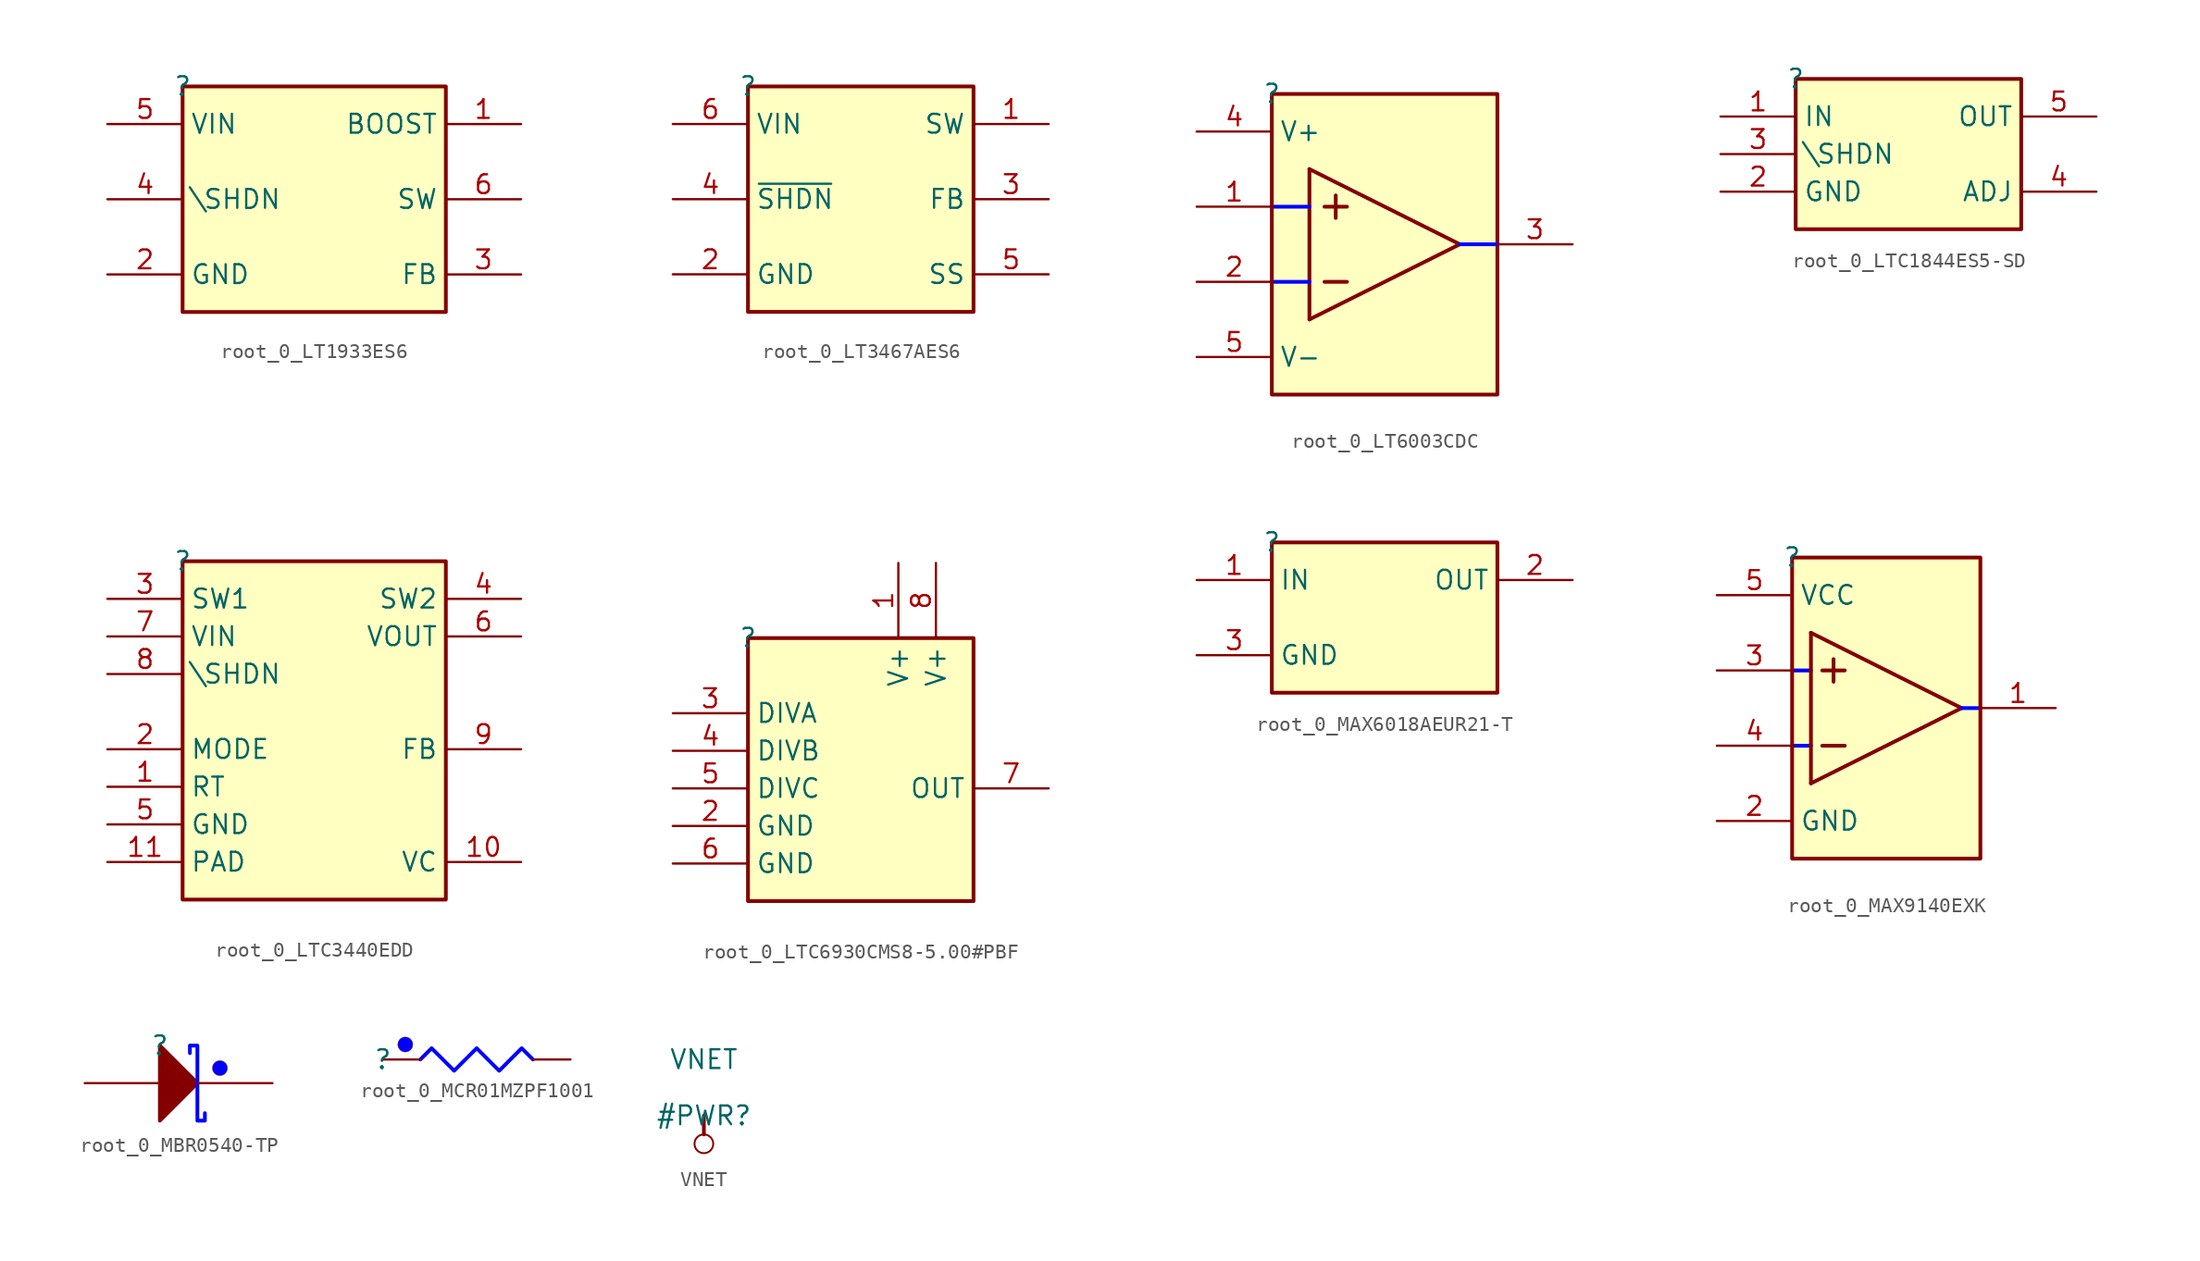
<source format=kicad_sym>
(kicad_symbol_lib
  (version 20231120)
  (generator "kicad_symbol_editor")
  (generator_version "8.0")
  (symbol "root_0_LT1933ES6"
    (property "Reference" ""
      (at 0 0 0)
      (effects (font (size 1.27 1.27))))
    (property "Value" ""
      (at 0 0 0)
      (effects (font (size 1.27 1.27))))
    (symbol "root_0_LT1933ES6_1_0"
      (rectangle (start 17.78 0) (end 0 -15.24) (stroke (width 0.254) (type solid)) (fill (type background)))
      (pin passive line (at 22.86 -2.54 180) (length 5.08) (name "BOOST" (effects (font (size 1.27 1.27)))) (number "1" (effects (font (size 1.27 1.27)))))
      (pin passive line (at -5.08 -12.7 0) (length 5.08) (name "GND" (effects (font (size 1.27 1.27)))) (number "2" (effects (font (size 1.27 1.27)))))
      (pin passive line (at 22.86 -12.7 180) (length 5.08) (name "FB" (effects (font (size 1.27 1.27)))) (number "3" (effects (font (size 1.27 1.27)))))
      (pin passive line (at -5.08 -7.62 0) (length 5.08) (name "\\SHDN" (effects (font (size 1.27 1.27)))) (number "4" (effects (font (size 1.27 1.27)))))
      (pin passive line (at -5.08 -2.54 0) (length 5.08) (name "VIN" (effects (font (size 1.27 1.27)))) (number "5" (effects (font (size 1.27 1.27)))))
      (pin passive line (at 22.86 -7.62 180) (length 5.08) (name "SW" (effects (font (size 1.27 1.27)))) (number "6" (effects (font (size 1.27 1.27)))))))
  (symbol "root_0_LT3467AES6"
    (property "Reference" ""
      (at 0 0 0)
      (effects (font (size 1.27 1.27))))
    (property "Value" ""
      (at 0 0 0)
      (effects (font (size 1.27 1.27))))
    (symbol "root_0_LT3467AES6_1_0"
      (rectangle (start 15.24 0) (end 0 -15.24) (stroke (width 0.254) (type solid)) (fill (type background)))
      (pin passive line (at 20.32 -2.54 180) (length 5.08) (name "SW" (effects (font (size 1.27 1.27)))) (number "1" (effects (font (size 1.27 1.27)))))
      (pin passive line (at -5.08 -12.7 0) (length 5.08) (name "GND" (effects (font (size 1.27 1.27)))) (number "2" (effects (font (size 1.27 1.27)))))
      (pin passive line (at 20.32 -7.62 180) (length 5.08) (name "FB" (effects (font (size 1.27 1.27)))) (number "3" (effects (font (size 1.27 1.27)))))
      (pin passive line (at -5.08 -7.62 0) (length 5.08) (name "~{SHDN}" (effects (font (size 1.27 1.27)))) (number "4" (effects (font (size 1.27 1.27)))))
      (pin passive line (at 20.32 -12.7 180) (length 5.08) (name "SS" (effects (font (size 1.27 1.27)))) (number "5" (effects (font (size 1.27 1.27)))))
      (pin passive line (at -5.08 -2.54 0) (length 5.08) (name "VIN" (effects (font (size 1.27 1.27)))) (number "6" (effects (font (size 1.27 1.27)))))))
  (symbol "root_0_LT6003CDC"
    (property "Reference" ""
      (at 0 0 0)
      (effects (font (size 1.27 1.27))))
    (property "Value" ""
      (at 0 0 0)
      (effects (font (size 1.27 1.27))))
    (symbol "root_0_LT6003CDC_1_0"
      (polyline (pts (xy 2.54 -15.24) (xy 12.7 -10.16)) (stroke (width 0.254) (type solid)) (fill (type none)))
      (polyline (pts (xy 2.54 -12.7) (xy 0 -12.7)) (stroke (width 0.254) (type solid) (color 0 0 255 1)) (fill (type none)))
      (polyline (pts (xy 2.54 -7.62) (xy 0 -7.62)) (stroke (width 0.254) (type solid) (color 0 0 255 1)) (fill (type none)))
      (polyline (pts (xy 2.54 -5.08) (xy 2.54 -15.24)) (stroke (width 0.254) (type solid)) (fill (type none)))
      (polyline (pts (xy 2.54 -5.08) (xy 12.7 -10.16)) (stroke (width 0.254) (type solid)) (fill (type none)))
      (polyline (pts (xy 3.556 -12.7) (xy 5.08 -12.7)) (stroke (width 0.254) (type solid)) (fill (type none)))
      (polyline (pts (xy 3.556 -7.62) (xy 5.08 -7.62)) (stroke (width 0.254) (type solid)) (fill (type none)))
      (polyline (pts (xy 4.318 -6.858) (xy 4.318 -8.382)) (stroke (width 0.254) (type solid)) (fill (type none)))
      (polyline (pts (xy 15.24 -10.16) (xy 12.7 -10.16)) (stroke (width 0.254) (type solid) (color 0 0 255 1)) (fill (type none)))
      (rectangle (start 15.24 0) (end 0 -20.32) (stroke (width 0.254) (type solid)) (fill (type background)))
      (pin passive line (at -5.08 -7.62 0) (length 5.08) (name "+IN" (effects (font (size 0 0)))) (number "1" (effects (font (size 1.27 1.27)))))
      (pin passive line (at -5.08 -12.7 0) (length 5.08) (name "-IN" (effects (font (size 0 0)))) (number "2" (effects (font (size 1.27 1.27)))))
      (pin passive line (at 20.32 -10.16 180) (length 5.08) (name "OUT_A" (effects (font (size 0 0)))) (number "3" (effects (font (size 1.27 1.27)))))
      (pin power_in line (at -5.08 -2.54 0) (length 5.08) (name "V+" (effects (font (size 1.27 1.27)))) (number "4" (effects (font (size 1.27 1.27)))))
      (pin power_in line (at -5.08 -17.78 0) (length 5.08) (name "V-" (effects (font (size 1.27 1.27)))) (number "5" (effects (font (size 1.27 1.27)))))))
  (symbol "root_0_LTC1844ES5-SD"
    (property "Reference" ""
      (at 0 0 0)
      (effects (font (size 1.27 1.27))))
    (property "Value" ""
      (at 0 0 0)
      (effects (font (size 1.27 1.27))))
    (symbol "root_0_LTC1844ES5-SD_1_0"
      (rectangle (start 15.24 0) (end 0 -10.16) (stroke (width 0.254) (type solid)) (fill (type background)))
      (pin passive line (at -5.08 -2.54 0) (length 5.08) (name "IN" (effects (font (size 1.27 1.27)))) (number "1" (effects (font (size 1.27 1.27)))))
      (pin passive line (at -5.08 -7.62 0) (length 5.08) (name "GND" (effects (font (size 1.27 1.27)))) (number "2" (effects (font (size 1.27 1.27)))))
      (pin passive line (at -5.08 -5.08 0) (length 5.08) (name "\\SHDN" (effects (font (size 1.27 1.27)))) (number "3" (effects (font (size 1.27 1.27)))))
      (pin passive line (at 20.32 -7.62 180) (length 5.08) (name "ADJ" (effects (font (size 1.27 1.27)))) (number "4" (effects (font (size 1.27 1.27)))))
      (pin passive line (at 20.32 -2.54 180) (length 5.08) (name "OUT" (effects (font (size 1.27 1.27)))) (number "5" (effects (font (size 1.27 1.27)))))))
  (symbol "root_0_LTC3440EDD"
    (property "Reference" ""
      (at 0 0 0)
      (effects (font (size 1.27 1.27))))
    (property "Value" ""
      (at 0 0 0)
      (effects (font (size 1.27 1.27))))
    (symbol "root_0_LTC3440EDD_1_0"
      (rectangle (start 17.78 0) (end 0 -22.86) (stroke (width 0.254) (type solid)) (fill (type background)))
      (pin passive line (at -5.08 -15.24 0) (length 5.08) (name "RT" (effects (font (size 1.27 1.27)))) (number "1" (effects (font (size 1.27 1.27)))))
      (pin passive line (at 22.86 -20.32 180) (length 5.08) (name "VC" (effects (font (size 1.27 1.27)))) (number "10" (effects (font (size 1.27 1.27)))))
      (pin passive line (at -5.08 -20.32 0) (length 5.08) (name "PAD" (effects (font (size 1.27 1.27)))) (number "11" (effects (font (size 1.27 1.27)))))
      (pin passive line (at -5.08 -12.7 0) (length 5.08) (name "MODE" (effects (font (size 1.27 1.27)))) (number "2" (effects (font (size 1.27 1.27)))))
      (pin passive line (at -5.08 -2.54 0) (length 5.08) (name "SW1" (effects (font (size 1.27 1.27)))) (number "3" (effects (font (size 1.27 1.27)))))
      (pin passive line (at 22.86 -2.54 180) (length 5.08) (name "SW2" (effects (font (size 1.27 1.27)))) (number "4" (effects (font (size 1.27 1.27)))))
      (pin passive line (at -5.08 -17.78 0) (length 5.08) (name "GND" (effects (font (size 1.27 1.27)))) (number "5" (effects (font (size 1.27 1.27)))))
      (pin passive line (at 22.86 -5.08 180) (length 5.08) (name "VOUT" (effects (font (size 1.27 1.27)))) (number "6" (effects (font (size 1.27 1.27)))))
      (pin passive line (at -5.08 -5.08 0) (length 5.08) (name "VIN" (effects (font (size 1.27 1.27)))) (number "7" (effects (font (size 1.27 1.27)))))
      (pin passive line (at -5.08 -7.62 0) (length 5.08) (name "\\SHDN" (effects (font (size 1.27 1.27)))) (number "8" (effects (font (size 1.27 1.27)))))
      (pin passive line (at 22.86 -12.7 180) (length 5.08) (name "FB" (effects (font (size 1.27 1.27)))) (number "9" (effects (font (size 1.27 1.27)))))))
  (symbol "root_0_LTC6930CMS8-5.00#PBF"
    (property "Reference" ""
      (at 0 0 0)
      (effects (font (size 1.27 1.27))))
    (property "Value" ""
      (at 0 0 0)
      (effects (font (size 1.27 1.27))))
    (symbol "root_0_LTC6930CMS8-5.00#PBF_1_0"
      (rectangle (start 15.24 0) (end 0 -17.78) (stroke (width 0.254) (type solid)) (fill (type background)))
      (pin passive line (at 10.16 5.08 270) (length 5.08) (name "V+" (effects (font (size 1.27 1.27)))) (number "1" (effects (font (size 1.27 1.27)))))
      (pin passive line (at -5.08 -12.7 0) (length 5.08) (name "GND" (effects (font (size 1.27 1.27)))) (number "2" (effects (font (size 1.27 1.27)))))
      (pin passive line (at -5.08 -5.08 0) (length 5.08) (name "DIVA" (effects (font (size 1.27 1.27)))) (number "3" (effects (font (size 1.27 1.27)))))
      (pin passive line (at -5.08 -7.62 0) (length 5.08) (name "DIVB" (effects (font (size 1.27 1.27)))) (number "4" (effects (font (size 1.27 1.27)))))
      (pin passive line (at -5.08 -10.16 0) (length 5.08) (name "DIVC" (effects (font (size 1.27 1.27)))) (number "5" (effects (font (size 1.27 1.27)))))
      (pin passive line (at -5.08 -15.24 0) (length 5.08) (name "GND" (effects (font (size 1.27 1.27)))) (number "6" (effects (font (size 1.27 1.27)))))
      (pin passive line (at 20.32 -10.16 180) (length 5.08) (name "OUT" (effects (font (size 1.27 1.27)))) (number "7" (effects (font (size 1.27 1.27)))))
      (pin passive line (at 12.7 5.08 270) (length 5.08) (name "V+" (effects (font (size 1.27 1.27)))) (number "8" (effects (font (size 1.27 1.27)))))))
  (symbol "root_0_MAX6018AEUR21-T"
    (property "Reference" ""
      (at 0 0 0)
      (effects (font (size 1.27 1.27))))
    (property "Value" ""
      (at 0 0 0)
      (effects (font (size 1.27 1.27))))
    (symbol "root_0_MAX6018AEUR21-T_1_0"
      (rectangle (start 15.24 0) (end 0 -10.16) (stroke (width 0.254) (type solid)) (fill (type background)))
      (pin passive line (at -5.08 -2.54 0) (length 5.08) (name "IN" (effects (font (size 1.27 1.27)))) (number "1" (effects (font (size 1.27 1.27)))))
      (pin passive line (at 20.32 -2.54 180) (length 5.08) (name "OUT" (effects (font (size 1.27 1.27)))) (number "2" (effects (font (size 1.27 1.27)))))
      (pin passive line (at -5.08 -7.62 0) (length 5.08) (name "GND" (effects (font (size 1.27 1.27)))) (number "3" (effects (font (size 1.27 1.27)))))))
  (symbol "root_0_MAX9140EXK"
    (property "Reference" ""
      (at 0 0 0)
      (effects (font (size 1.27 1.27))))
    (property "Value" ""
      (at 0 0 0)
      (effects (font (size 1.27 1.27))))
    (symbol "root_0_MAX9140EXK_1_0"
      (polyline (pts (xy 0 -12.7) (xy 1.27 -12.7)) (stroke (width 0.254) (type solid) (color 0 0 255 1)) (fill (type none)))
      (polyline (pts (xy 0 -7.62) (xy 1.27 -7.62)) (stroke (width 0.254) (type solid) (color 0 0 255 1)) (fill (type none)))
      (polyline (pts (xy 1.27 -15.24) (xy 11.43 -10.16)) (stroke (width 0.254) (type solid)) (fill (type none)))
      (polyline (pts (xy 1.27 -5.08) (xy 1.27 -15.24)) (stroke (width 0.254) (type solid)) (fill (type none)))
      (polyline (pts (xy 1.27 -5.08) (xy 11.43 -10.16)) (stroke (width 0.254) (type solid)) (fill (type none)))
      (polyline (pts (xy 2.032 -12.7) (xy 3.556 -12.7)) (stroke (width 0.254) (type solid)) (fill (type none)))
      (polyline (pts (xy 2.032 -7.62) (xy 3.556 -7.62)) (stroke (width 0.254) (type solid)) (fill (type none)))
      (polyline (pts (xy 2.794 -6.858) (xy 2.794 -8.382)) (stroke (width 0.254) (type solid)) (fill (type none)))
      (polyline (pts (xy 11.43 -10.16) (xy 12.7 -10.16)) (stroke (width 0.254) (type solid) (color 0 0 255 1)) (fill (type none)))
      (rectangle (start 12.7 0) (end 0 -20.32) (stroke (width 0.254) (type solid)) (fill (type background)))
      (pin output line (at 17.78 -10.16 180) (length 5.08) (name "OUTA" (effects (font (size 0 0)))) (number "1" (effects (font (size 1.27 1.27)))))
      (pin passive line (at -5.08 -17.78 0) (length 5.08) (name "GND" (effects (font (size 1.27 1.27)))) (number "2" (effects (font (size 1.27 1.27)))))
      (pin tri_state line (at -5.08 -7.62 0) (length 5.08) (name "IN+" (effects (font (size 0 0)))) (number "3" (effects (font (size 1.27 1.27)))))
      (pin tri_state line (at -5.08 -12.7 0) (length 5.08) (name "IN-" (effects (font (size 0 0)))) (number "4" (effects (font (size 1.27 1.27)))))
      (pin passive line (at -5.08 -2.54 0) (length 5.08) (name "VCC" (effects (font (size 1.27 1.27)))) (number "5" (effects (font (size 1.27 1.27)))))))
  (symbol "root_0_MBR0540-TP"
    (property "Reference" ""
      (at 0 0 0)
      (effects (font (size 1.27 1.27))))
    (property "Value" ""
      (at 0 0 0)
      (effects (font (size 1.27 1.27))))
    (symbol "root_0_MBR0540-TP_1_0"
      (polyline (pts (xy 0 -5.08) (xy 2.54 -2.54) (xy 0 0) (xy 0 -5.08)) (stroke (width 0.254) (type solid)) (fill (type outline)))
      (polyline (pts (xy 3.048 -4.572) (xy 3.048 -5.08) (xy 2.54 -5.08) (xy 2.54 0) (xy 2.032 0) (xy 2.032 -0.508)) (stroke (width 0.254) (type solid) (color 0 0 255 1)) (fill (type none)))
      (circle (center 4.064 -1.524) (radius 0.508) (stroke (width 0.0001) (type solid)) (fill (type color) (color 0 0 255 1)))
      (pin passive line (at 7.62 -2.54 180) (length 5.08) (name "C" (effects (font (size 0 0)))) (number "1" (effects (font (size 0 0)))))
      (pin passive line (at -5.08 -2.54 0) (length 5.08) (name "A" (effects (font (size 0 0)))) (number "2" (effects (font (size 0 0)))))))
  (symbol "root_0_MCR01MZPF1001"
    (property "Reference" ""
      (at 0 0 0)
      (effects (font (size 1.27 1.27))))
    (property "Value" ""
      (at 0 0 0)
      (effects (font (size 1.27 1.27))))
    (symbol "root_0_MCR01MZPF1001_1_0"
      (polyline (pts (xy 10.16 0) (xy 9.398 0.762) (xy 7.874 -0.762) (xy 6.35 0.762) (xy 4.826 -0.762) (xy 3.302 0.762) (xy 2.54 0)) (stroke (width 0.254) (type solid) (color 0 0 255 1)) (fill (type none)))
      (circle (center 1.524 1.016) (radius 0.508) (stroke (width 0.0001) (type solid)) (fill (type color) (color 0 0 255 1)))
      (pin passive line (at 0 0 0) (length 2.54) (name "1" (effects (font (size 0 0)))) (number "1" (effects (font (size 0 0)))))
      (pin passive line (at 12.7 0 180) (length 2.54) (name "2" (effects (font (size 0 0)))) (number "2" (effects (font (size 0 0)))))))
  (symbol "VNET"
    (power)
    (property "Reference" "#PWR"
      (at 0 0 0)
      (effects (font (size 1.27 1.27))))
    (property "Value" "VNET"
      (at 0 3.81 0)
      (effects (font (size 1.27 1.27))))
    (symbol "VNET_0_0"
      (circle (center 0 -1.905) (radius 0.635) (stroke (width 0.127) (type solid)) (fill (type none)))
      (polyline (pts (xy 0 0) (xy 0 -1.27)) (stroke (width 0.254) (type solid)) (fill (type none)))
      (pin power_in line (at 0 0 0) (length 0) hide (name "VNET" (effects (font (size 1.27 1.27)))) (number "" (effects (font (size 1.27 1.27))))))))
</source>
